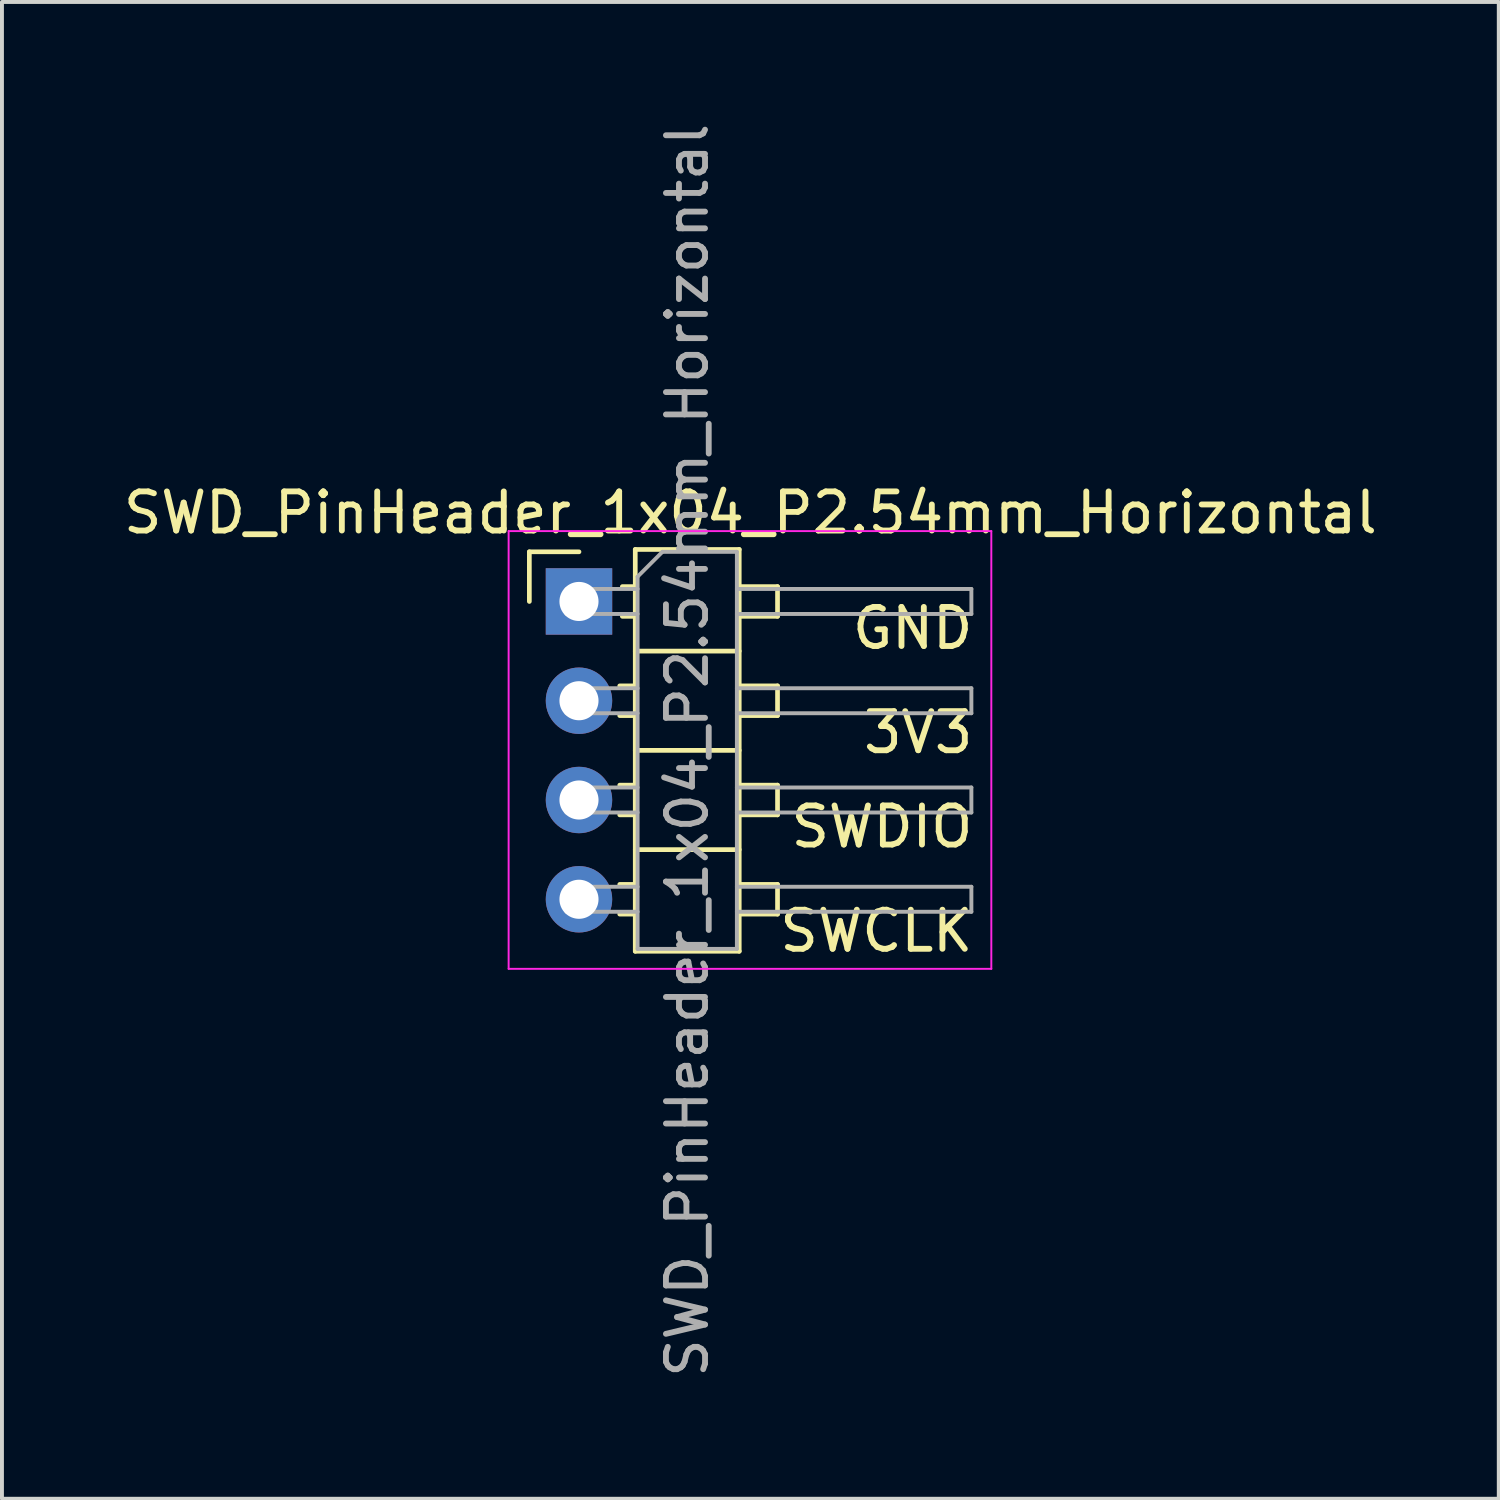
<source format=kicad_pcb>
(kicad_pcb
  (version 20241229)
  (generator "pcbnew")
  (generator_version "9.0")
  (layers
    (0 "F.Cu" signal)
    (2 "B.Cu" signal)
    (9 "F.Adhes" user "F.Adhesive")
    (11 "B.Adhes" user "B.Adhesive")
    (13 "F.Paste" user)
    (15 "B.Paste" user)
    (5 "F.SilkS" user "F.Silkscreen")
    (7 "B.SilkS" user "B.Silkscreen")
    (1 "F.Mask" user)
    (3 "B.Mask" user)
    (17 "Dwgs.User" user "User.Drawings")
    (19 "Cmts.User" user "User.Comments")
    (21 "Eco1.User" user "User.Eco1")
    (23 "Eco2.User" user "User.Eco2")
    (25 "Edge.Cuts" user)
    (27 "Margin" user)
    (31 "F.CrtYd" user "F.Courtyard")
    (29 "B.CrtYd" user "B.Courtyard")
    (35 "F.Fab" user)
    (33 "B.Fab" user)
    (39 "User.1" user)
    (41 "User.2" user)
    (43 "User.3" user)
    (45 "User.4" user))
  (footprint "SWD_PinHeader_1x04_P2.54mm_Horizontal"
    (layer "F.Cu")
    (at 11.764 12.339)
    (property "Reference" "SWD_PinHeader_1x04_P2.54mm_Horizontal" (at 4.385 -2.27 0) (layer "F.SilkS") (effects (font (size 1 1) (thickness 0.15))))
    (attr through_hole)
    (fp_line (start -1.27 -1.27) (end 0 -1.27) (stroke (width 0.12) (type solid)) (layer "F.SilkS"))
    (fp_line (start -1.27 0) (end -1.27 -1.27) (stroke (width 0.12) (type solid)) (layer "F.SilkS"))
    (fp_line (start 1.043 2.16) (end 1.44 2.16) (stroke (width 0.12) (type solid)) (layer "F.SilkS"))
    (fp_line (start 1.043 2.92) (end 1.44 2.92) (stroke (width 0.12) (type solid)) (layer "F.SilkS"))
    (fp_line (start 1.043 4.7) (end 1.44 4.7) (stroke (width 0.12) (type solid)) (layer "F.SilkS"))
    (fp_line (start 1.043 5.46) (end 1.44 5.46) (stroke (width 0.12) (type solid)) (layer "F.SilkS"))
    (fp_line (start 1.043 7.24) (end 1.44 7.24) (stroke (width 0.12) (type solid)) (layer "F.SilkS"))
    (fp_line (start 1.043 8) (end 1.44 8) (stroke (width 0.12) (type solid)) (layer "F.SilkS"))
    (fp_line (start 1.11 -0.38) (end 1.44 -0.38) (stroke (width 0.12) (type solid)) (layer "F.SilkS"))
    (fp_line (start 1.11 0.38) (end 1.44 0.38) (stroke (width 0.12) (type solid)) (layer "F.SilkS"))
    (fp_line (start 1.44 -1.33) (end 1.44 8.95) (stroke (width 0.12) (type solid)) (layer "F.SilkS"))
    (fp_line (start 1.44 1.27) (end 4.1 1.27) (stroke (width 0.12) (type solid)) (layer "F.SilkS"))
    (fp_line (start 1.44 3.81) (end 4.1 3.81) (stroke (width 0.12) (type solid)) (layer "F.SilkS"))
    (fp_line (start 1.44 6.35) (end 4.1 6.35) (stroke (width 0.12) (type solid)) (layer "F.SilkS"))
    (fp_line (start 1.44 8.95) (end 4.1 8.95) (stroke (width 0.12) (type solid)) (layer "F.SilkS"))
    (fp_line (start 4.1 -1.33) (end 1.44 -1.33) (stroke (width 0.12) (type solid)) (layer "F.SilkS"))
    (fp_line (start 4.1 -0.38) (end 5.08 -0.38) (stroke (width 0.12) (type solid)) (layer "F.SilkS"))
    (fp_line (start 4.1 2.16) (end 5.08 2.16) (stroke (width 0.12) (type solid)) (layer "F.SilkS"))
    (fp_line (start 4.1 4.7) (end 5.08 4.7) (stroke (width 0.12) (type solid)) (layer "F.SilkS"))
    (fp_line (start 4.1 7.24) (end 5.08 7.24) (stroke (width 0.12) (type solid)) (layer "F.SilkS"))
    (fp_line (start 4.1 8.95) (end 4.1 -1.33) (stroke (width 0.12) (type solid)) (layer "F.SilkS"))
    (fp_line (start 5.08 -0.38) (end 5.08 0.38) (stroke (width 0.12) (type solid)) (layer "F.SilkS"))
    (fp_line (start 5.08 0.38) (end 4.1 0.38) (stroke (width 0.12) (type solid)) (layer "F.SilkS"))
    (fp_line (start 5.08 2.16) (end 5.08 2.92) (stroke (width 0.12) (type solid)) (layer "F.SilkS"))
    (fp_line (start 5.08 2.92) (end 4.1 2.92) (stroke (width 0.12) (type solid)) (layer "F.SilkS"))
    (fp_line (start 5.08 4.7) (end 5.08 5.46) (stroke (width 0.12) (type solid)) (layer "F.SilkS"))
    (fp_line (start 5.08 5.46) (end 4.1 5.46) (stroke (width 0.12) (type solid)) (layer "F.SilkS"))
    (fp_line (start 5.08 7.24) (end 5.08 8) (stroke (width 0.12) (type solid)) (layer "F.SilkS"))
    (fp_line (start 5.08 8) (end 4.1 8) (stroke (width 0.12) (type solid)) (layer "F.SilkS"))
    (fp_line (start -1.8 -1.8) (end -1.8 9.4) (stroke (width 0.05) (type solid)) (layer "F.CrtYd"))
    (fp_line (start -1.8 9.4) (end 10.55 9.4) (stroke (width 0.05) (type solid)) (layer "F.CrtYd"))
    (fp_line (start 10.55 -1.8) (end -1.8 -1.8) (stroke (width 0.05) (type solid)) (layer "F.CrtYd"))
    (fp_line (start 10.55 9.4) (end 10.55 -1.8) (stroke (width 0.05) (type solid)) (layer "F.CrtYd"))
    (fp_line (start -0.32 -0.32) (end -0.32 0.32) (stroke (width 0.1) (type solid)) (layer "F.Fab"))
    (fp_line (start -0.32 -0.32) (end 1.5 -0.32) (stroke (width 0.1) (type solid)) (layer "F.Fab"))
    (fp_line (start -0.32 0.32) (end 1.5 0.32) (stroke (width 0.1) (type solid)) (layer "F.Fab"))
    (fp_line (start -0.32 2.22) (end -0.32 2.86) (stroke (width 0.1) (type solid)) (layer "F.Fab"))
    (fp_line (start -0.32 2.22) (end 1.5 2.22) (stroke (width 0.1) (type solid)) (layer "F.Fab"))
    (fp_line (start -0.32 2.86) (end 1.5 2.86) (stroke (width 0.1) (type solid)) (layer "F.Fab"))
    (fp_line (start -0.32 4.76) (end -0.32 5.4) (stroke (width 0.1) (type solid)) (layer "F.Fab"))
    (fp_line (start -0.32 4.76) (end 1.5 4.76) (stroke (width 0.1) (type solid)) (layer "F.Fab"))
    (fp_line (start -0.32 5.4) (end 1.5 5.4) (stroke (width 0.1) (type solid)) (layer "F.Fab"))
    (fp_line (start -0.32 7.3) (end -0.32 7.94) (stroke (width 0.1) (type solid)) (layer "F.Fab"))
    (fp_line (start -0.32 7.3) (end 1.5 7.3) (stroke (width 0.1) (type solid)) (layer "F.Fab"))
    (fp_line (start -0.32 7.94) (end 1.5 7.94) (stroke (width 0.1) (type solid)) (layer "F.Fab"))
    (fp_line (start 1.5 -0.635) (end 2.135 -1.27) (stroke (width 0.1) (type solid)) (layer "F.Fab"))
    (fp_line (start 1.5 8.89) (end 1.5 -0.635) (stroke (width 0.1) (type solid)) (layer "F.Fab"))
    (fp_line (start 2.135 -1.27) (end 4.04 -1.27) (stroke (width 0.1) (type solid)) (layer "F.Fab"))
    (fp_line (start 4.04 -1.27) (end 4.04 8.89) (stroke (width 0.1) (type solid)) (layer "F.Fab"))
    (fp_line (start 4.04 -0.32) (end 10.04 -0.32) (stroke (width 0.1) (type solid)) (layer "F.Fab"))
    (fp_line (start 4.04 0.32) (end 10.04 0.32) (stroke (width 0.1) (type solid)) (layer "F.Fab"))
    (fp_line (start 4.04 2.22) (end 10.04 2.22) (stroke (width 0.1) (type solid)) (layer "F.Fab"))
    (fp_line (start 4.04 2.86) (end 10.04 2.86) (stroke (width 0.1) (type solid)) (layer "F.Fab"))
    (fp_line (start 4.04 4.76) (end 10.04 4.76) (stroke (width 0.1) (type solid)) (layer "F.Fab"))
    (fp_line (start 4.04 5.4) (end 10.04 5.4) (stroke (width 0.1) (type solid)) (layer "F.Fab"))
    (fp_line (start 4.04 7.3) (end 10.04 7.3) (stroke (width 0.1) (type solid)) (layer "F.Fab"))
    (fp_line (start 4.04 7.94) (end 10.04 7.94) (stroke (width 0.1) (type solid)) (layer "F.Fab"))
    (fp_line (start 4.04 8.89) (end 1.5 8.89) (stroke (width 0.1) (type solid)) (layer "F.Fab"))
    (fp_line (start 10.04 -0.32) (end 10.04 0.32) (stroke (width 0.1) (type solid)) (layer "F.Fab"))
    (fp_line (start 10.04 2.22) (end 10.04 2.86) (stroke (width 0.1) (type solid)) (layer "F.Fab"))
    (fp_line (start 10.04 4.76) (end 10.04 5.4) (stroke (width 0.1) (type solid)) (layer "F.Fab"))
    (fp_line (start 10.04 7.3) (end 10.04 7.94) (stroke (width 0.1) (type solid)) (layer "F.Fab"))
    (fp_text user "3V3" (at 10.16 3.937 0) (unlocked yes) (layer "F.SilkS") (effects (font (size 1 1) (thickness 0.15)) (justify right bottom)))
    (fp_text user "SWDIO" (at 10.16 6.35 0) (unlocked yes) (layer "F.SilkS") (effects (font (size 1 1) (thickness 0.15)) (justify right bottom)))
    (fp_text user "SWCLK" (at 10.16 9.017 0) (unlocked yes) (layer "F.SilkS") (effects (font (size 1 1) (thickness 0.15)) (justify right bottom)))
    (fp_text user "GND" (at 10.16 1.27 0) (unlocked yes) (layer "F.SilkS") (effects (font (size 1 1) (thickness 0.15)) (justify right bottom)))
    (fp_text user "${REFERENCE}" (at 2.77 3.81 90) (layer "F.Fab") (effects (font (size 1 1) (thickness 0.15))))
    (pad "1" thru_hole rect (at 0 0) (size 1.7 1.7) (drill 1) (layers "*.Cu" "*.Mask"))
    (pad "2" thru_hole oval (at 0 2.54) (size 1.7 1.7) (drill 1) (layers "*.Cu" "*.Mask"))
    (pad "3" thru_hole oval (at 0 5.08) (size 1.7 1.7) (drill 1) (layers "*.Cu" "*.Mask"))
    (pad "4" thru_hole oval (at 0 7.62) (size 1.7 1.7) (drill 1) (layers "*.Cu" "*.Mask")))
  (gr_rect
    (start -3 -3)
    (end 35.298 35.298)
    (stroke (width 0.1) (type default))
    (fill no)
    (layer "Edge.Cuts")))
</source>
